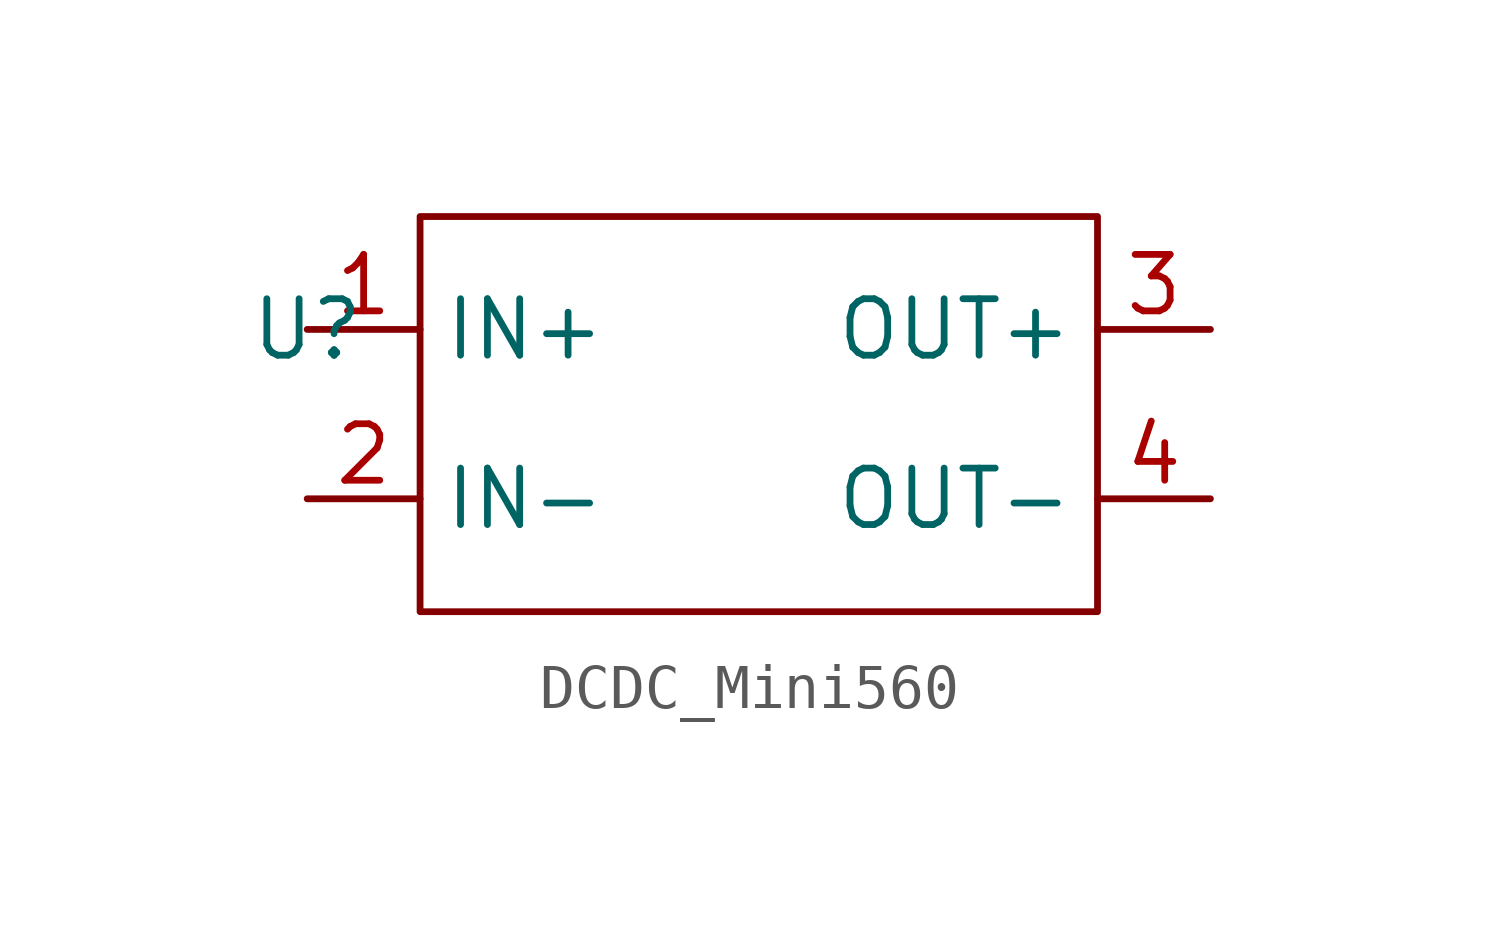
<source format=kicad_sym>
(kicad_symbol_lib
  (version 20220914)
  (generator kicad_symbol_editor)
  (symbol "DCDC_Mini560"
    (property "Reference" "U"
      (at 0 0 0)
      (effects (font (size 1.27 1.27))))
    (property "Value" ""
      (at 0 0 0)
      (effects (font (size 1.27 1.27))))
    (symbol "DCDC_Mini560_0_1"
      (rectangle (start 2.54 2.54) (end 17.78 -6.35) (stroke (width 0) (type default)) (fill (type none))))
    (symbol "DCDC_Mini560_1_1"
      (pin input line (at 0 0 0) (length 2.54) (name "IN+" (effects (font (size 1.27 1.27)))) (number "1" (effects (font (size 1.27 1.27)))))
      (pin input line (at 0 -3.81 0) (length 2.54) (name "IN-" (effects (font (size 1.27 1.27)))) (number "2" (effects (font (size 1.27 1.27)))))
      (pin output line (at 20.32 0 180) (length 2.54) (name "OUT+" (effects (font (size 1.27 1.27)))) (number "3" (effects (font (size 1.27 1.27)))))
      (pin output line (at 20.32 -3.81 180) (length 2.54) (name "OUT-" (effects (font (size 1.27 1.27)))) (number "4" (effects (font (size 1.27 1.27))))))))
</source>
